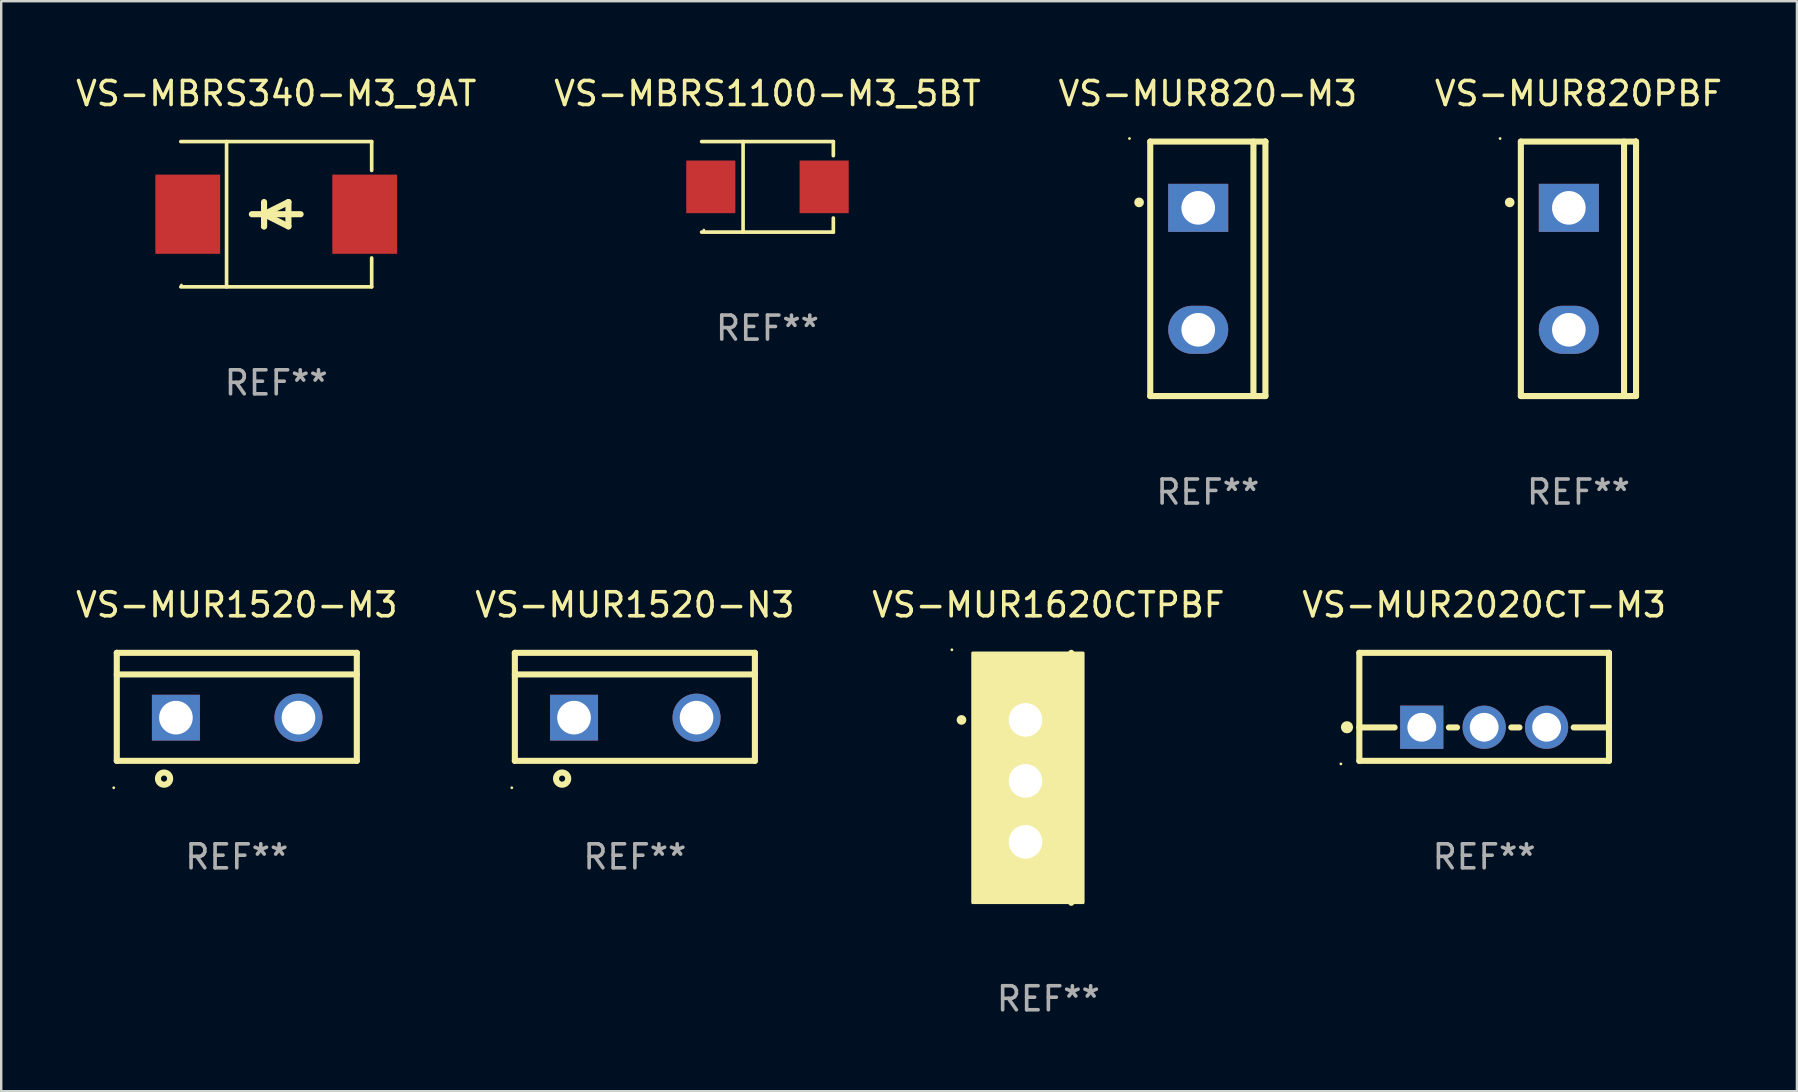
<source format=kicad_pcb>
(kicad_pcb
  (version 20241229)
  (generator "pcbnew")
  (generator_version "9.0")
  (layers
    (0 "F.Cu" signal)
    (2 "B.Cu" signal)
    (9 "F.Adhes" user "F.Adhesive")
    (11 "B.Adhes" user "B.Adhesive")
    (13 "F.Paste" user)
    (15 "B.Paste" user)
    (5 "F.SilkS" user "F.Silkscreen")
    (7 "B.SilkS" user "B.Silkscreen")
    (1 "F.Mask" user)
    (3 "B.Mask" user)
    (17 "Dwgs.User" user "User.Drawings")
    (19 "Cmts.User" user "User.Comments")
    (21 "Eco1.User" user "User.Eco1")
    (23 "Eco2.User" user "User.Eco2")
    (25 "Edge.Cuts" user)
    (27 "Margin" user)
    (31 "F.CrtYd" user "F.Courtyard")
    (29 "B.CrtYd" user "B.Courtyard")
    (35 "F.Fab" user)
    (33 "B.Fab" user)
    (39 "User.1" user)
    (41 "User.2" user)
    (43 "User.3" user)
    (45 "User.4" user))
  (footprint "VS-MUR1620CTPBF"
    (layer "F.Cu")
    (at 40.625 29.354)
    (property "Reference" "VS-MUR1620CTPBF" (at 0 -7.207 0) (layer "F.SilkS") (effects (font (size 1 1) (thickness 0.15))))
    (attr through_hole)
    (fp_line (start 0.953 5.207) (end 0.953 -5.207) (stroke (width 0.254) (type solid)) (layer "F.SilkS"))
    (fp_arc (start -3.619507 -2.410465) (mid -3.619511 -2.411735) (end -3.619507 -2.413005) (stroke (width 0.4) (type solid)) (layer "F.SilkS"))
    (fp_circle (center -4.02 -5.334) (end -3.99 -5.334) (stroke (width 0.06) (type solid)) (fill no) (layer "F.SilkS"))
    (fp_poly (pts (xy -3.152 -5.2) (xy 1.448 -5.2) (xy 1.448 5.2) (xy -3.152 5.2)) (stroke (width 0.12) (type solid)) (fill yes) (layer "F.SilkS"))
    (fp_text user "REF**" (at 0 9.207 0) (layer "F.Fab") (effects (font (size 1 1) (thickness 0.15))))
    (pad "1" thru_hole rect (at -0.953 -2.413 270) (size 2 2.5) (drill 1.4) (layers "*.Cu" "*.Mask"))
    (pad "2" thru_hole oval (at -0.953 0.127 270) (size 2 2.5) (drill 1.4) (layers "*.Cu" "*.Mask"))
    (pad "3" thru_hole oval (at -0.953 2.667 270) (size 2 2.5) (drill 1.4) (layers "*.Cu" "*.Mask")))
  (footprint "VS-MUR820PBF"
    (layer "F.Cu")
    (at 62.708 8.149)
    (property "Reference" "VS-MUR820PBF" (at 0 -7.301 0) (layer "F.SilkS") (effects (font (size 1 1) (thickness 0.15))))
    (attr through_hole)
    (fp_line (start -2.399 -5.301) (end 2.394 -5.301) (stroke (width 0.254) (type solid)) (layer "F.SilkS"))
    (fp_line (start -2.399 5.301) (end -2.399 -5.301) (stroke (width 0.254) (type solid)) (layer "F.SilkS"))
    (fp_line (start 1.9 5.3) (end 1.9 -5.3) (stroke (width 0.254) (type solid)) (layer "F.SilkS"))
    (fp_line (start 2.394 -5.301) (end 2.399 -5.301) (stroke (width 0.254) (type solid)) (layer "F.SilkS"))
    (fp_line (start 2.399 -5.301) (end 2.399 5.301) (stroke (width 0.254) (type solid)) (layer "F.SilkS"))
    (fp_line (start 2.399 5.301) (end -2.399 5.301) (stroke (width 0.254) (type solid)) (layer "F.SilkS"))
    (fp_arc (start -2.863843 -2.766066) (mid -2.863847 -2.767336) (end -2.863843 -2.768606) (stroke (width 0.4) (type solid)) (layer "F.SilkS"))
    (fp_circle (center -3.264 -5.428) (end -3.234 -5.428) (stroke (width 0.06) (type solid)) (fill no) (layer "F.SilkS"))
    (fp_text user "REF**" (at 0 9.301 0) (layer "F.Fab") (effects (font (size 1 1) (thickness 0.15))))
    (pad "1" thru_hole rect (at -0.4 -2.54 270) (size 2 2.5) (drill 1.4) (layers "*.Cu" "*.Mask"))
    (pad "2" thru_hole oval (at -0.4 2.54 270) (size 2 2.5) (drill 1.4) (layers "*.Cu" "*.Mask")))
  (footprint "VS-MUR2020CT-M3"
    (layer "F.Cu")
    (at 58.78 26.397)
    (property "Reference" "VS-MUR2020CT-M3" (at 0 -4.25 0) (layer "F.SilkS") (effects (font (size 1 1) (thickness 0.15))))
    (attr through_hole)
    (fp_line (start -5.2 -2.25) (end -5.2 2.25) (stroke (width 0.254) (type solid)) (layer "F.SilkS"))
    (fp_line (start -5.2 -2.25) (end 5.2 -2.25) (stroke (width 0.254) (type solid)) (layer "F.SilkS"))
    (fp_line (start -5.2 0.857) (end -3.731 0.857) (stroke (width 0.254) (type solid)) (layer "F.SilkS"))
    (fp_line (start -5.2 2.25) (end 5.2 2.25) (stroke (width 0.254) (type solid)) (layer "F.SilkS"))
    (fp_line (start -1.469 0.857) (end -1.131 0.857) (stroke (width 0.254) (type solid)) (layer "F.SilkS"))
    (fp_line (start 1.131 0.857) (end 1.469 0.857) (stroke (width 0.254) (type solid)) (layer "F.SilkS"))
    (fp_line (start 3.731 0.857) (end 5.2 0.857) (stroke (width 0.254) (type solid)) (layer "F.SilkS"))
    (fp_line (start 5.2 -2.25) (end 5.2 2.25) (stroke (width 0.254) (type solid)) (layer "F.SilkS"))
    (fp_circle (center -5.969 2.377) (end -5.939 2.377) (stroke (width 0.06) (type solid)) (fill no) (layer "F.SilkS"))
    (fp_circle (center -5.715 0.85) (end -5.588 0.85) (stroke (width 0.254) (type solid)) (fill no) (layer "F.SilkS"))
    (fp_text user "REF**" (at 0 6.25 0) (layer "F.Fab") (effects (font (size 1 1) (thickness 0.15))))
    (pad "1" thru_hole rect (at -2.6 0.85) (size 1.8 1.8) (drill 1.2) (layers "*.Cu" "*.Mask"))
    (pad "2" thru_hole circle (at 0 0.85) (size 1.8 1.8) (drill 1.2) (layers "*.Cu" "*.Mask"))
    (pad "3" thru_hole circle (at 2.6 0.85) (size 1.8 1.8) (drill 1.2) (layers "*.Cu" "*.Mask")))
  (footprint "VS-MBRS1100-M3_5BT"
    (layer "F.Cu")
    (at 28.923 4.734)
    (property "Reference" "VS-MBRS1100-M3_5BT" (at 0 -3.886 0) (layer "F.SilkS") (effects (font (size 1 1) (thickness 0.15))))
    (attr through_hole)
    (fp_line (start -2.744 -1.886) (end 2.744 -1.886) (stroke (width 0.152) (type solid)) (layer "F.SilkS"))
    (fp_line (start -2.744 1.886) (end 2.744 1.886) (stroke (width 0.152) (type solid)) (layer "F.SilkS"))
    (fp_line (start -1.016 -1.886) (end -1.016 1.886) (stroke (width 0.152) (type solid)) (layer "F.SilkS"))
    (fp_line (start 2.744 -1.886) (end 2.744 -1.299) (stroke (width 0.152) (type solid)) (layer "F.SilkS"))
    (fp_line (start 2.744 1.886) (end 2.744 1.299) (stroke (width 0.152) (type solid)) (layer "F.SilkS"))
    (fp_circle (center -2.65 1.8) (end -2.62 1.8) (stroke (width 0.06) (type solid)) (fill no) (layer "F.SilkS"))
    (fp_text user "REF**" (at 0 5.886 0) (layer "F.Fab") (effects (font (size 1 1) (thickness 0.15))))
    (pad "1" smd rect (at -2.361 0) (size 2.047 2.192) (layers "F.Cu" "F.Mask" "F.Paste"))
    (pad "2" smd rect (at 2.361 0) (size 2.047 2.192) (layers "F.Cu" "F.Mask" "F.Paste")))
  (footprint "VS-MBRS340-M3_9AT"
    (layer "F.Cu")
    (at 8.458 5.874)
    (property "Reference" "VS-MBRS340-M3_9AT" (at 0 -5.026 0) (layer "F.SilkS") (effects (font (size 1 1) (thickness 0.15))))
    (attr through_hole)
    (fp_line (start -3.976 -3.026) (end 3.976 -3.026) (stroke (width 0.152) (type solid)) (layer "F.SilkS"))
    (fp_line (start -3.976 3.026) (end 3.976 3.026) (stroke (width 0.152) (type solid)) (layer "F.SilkS"))
    (fp_line (start -2.069 -3.026) (end -2.069 3.026) (stroke (width 0.152) (type solid)) (layer "F.SilkS"))
    (fp_line (start -0.508 0) (end -0.508 0.508) (stroke (width 0.254) (type solid)) (layer "F.SilkS"))
    (fp_line (start -0.508 0) (end 0.508 0.508) (stroke (width 0.254) (type solid)) (layer "F.SilkS"))
    (fp_line (start -0.508 0.508) (end -0.508 -0.508) (stroke (width 0.254) (type solid)) (layer "F.SilkS"))
    (fp_line (start 0.508 -0.508) (end -0.508 0) (stroke (width 0.254) (type solid)) (layer "F.SilkS"))
    (fp_line (start 0.508 0.508) (end 0.508 -0.508) (stroke (width 0.254) (type solid)) (layer "F.SilkS"))
    (fp_line (start 1.016 0) (end -1.016 0) (stroke (width 0.254) (type solid)) (layer "F.SilkS"))
    (fp_line (start 3.976 -3.026) (end 3.976 -1.823) (stroke (width 0.152) (type solid)) (layer "F.SilkS"))
    (fp_line (start 3.976 3.026) (end 3.976 1.823) (stroke (width 0.152) (type solid)) (layer "F.SilkS"))
    (fp_circle (center -3.95 2.95) (end -3.92 2.95) (stroke (width 0.06) (type solid)) (fill no) (layer "F.SilkS"))
    (fp_text user "REF**" (at 0 7.026 0) (layer "F.Fab") (effects (font (size 1 1) (thickness 0.15))))
    (pad "1" smd rect (at -3.686 0) (size 2.7 3.3) (layers "F.Cu" "F.Mask" "F.Paste"))
    (pad "2" smd rect (at 3.686 0) (size 2.7 3.3) (layers "F.Cu" "F.Mask" "F.Paste")))
  (footprint "VS-MUR820-M3"
    (layer "F.Cu")
    (at 47.268 8.149)
    (property "Reference" "VS-MUR820-M3" (at 0 -7.301 0) (layer "F.SilkS") (effects (font (size 1 1) (thickness 0.15))))
    (attr through_hole)
    (fp_line (start -2.399 -5.301) (end 2.394 -5.301) (stroke (width 0.254) (type solid)) (layer "F.SilkS"))
    (fp_line (start -2.399 5.301) (end -2.399 -5.301) (stroke (width 0.254) (type solid)) (layer "F.SilkS"))
    (fp_line (start 1.9 5.3) (end 1.9 -5.3) (stroke (width 0.254) (type solid)) (layer "F.SilkS"))
    (fp_line (start 2.394 -5.301) (end 2.399 -5.301) (stroke (width 0.254) (type solid)) (layer "F.SilkS"))
    (fp_line (start 2.399 -5.301) (end 2.399 5.301) (stroke (width 0.254) (type solid)) (layer "F.SilkS"))
    (fp_line (start 2.399 5.301) (end -2.399 5.301) (stroke (width 0.254) (type solid)) (layer "F.SilkS"))
    (fp_arc (start -2.863843 -2.766066) (mid -2.863847 -2.767336) (end -2.863843 -2.768606) (stroke (width 0.4) (type solid)) (layer "F.SilkS"))
    (fp_circle (center -3.264 -5.428) (end -3.234 -5.428) (stroke (width 0.06) (type solid)) (fill no) (layer "F.SilkS"))
    (fp_text user "REF**" (at 0 9.301 0) (layer "F.Fab") (effects (font (size 1 1) (thickness 0.15))))
    (pad "1" thru_hole rect (at -0.4 -2.54 270) (size 2 2.5) (drill 1.4) (layers "*.Cu" "*.Mask"))
    (pad "2" thru_hole oval (at -0.4 2.54 270) (size 2 2.5) (drill 1.4) (layers "*.Cu" "*.Mask")))
  (footprint "VS-MUR1520-N3"
    (layer "F.Cu")
    (at 23.399 26.397)
    (property "Reference" "VS-MUR1520-N3" (at 0 -4.25 0) (layer "F.SilkS") (effects (font (size 1 1) (thickness 0.15))))
    (attr through_hole)
    (fp_line (start -5 -2.25) (end 5 -2.25) (stroke (width 0.254) (type solid)) (layer "F.SilkS"))
    (fp_line (start -5 -1.351) (end 5 -1.351) (stroke (width 0.254) (type solid)) (layer "F.SilkS"))
    (fp_line (start -5 2.25) (end -5 -2.25) (stroke (width 0.254) (type solid)) (layer "F.SilkS"))
    (fp_line (start -5 2.25) (end 5 2.25) (stroke (width 0.254) (type solid)) (layer "F.SilkS"))
    (fp_line (start 5 2.25) (end 5 -2.25) (stroke (width 0.254) (type solid)) (layer "F.SilkS"))
    (fp_circle (center -5.127 3.371) (end -5.097 3.371) (stroke (width 0.06) (type solid)) (fill no) (layer "F.SilkS"))
    (fp_circle (center -3.031 2.99) (end -2.777 2.99) (stroke (width 0.254) (type solid)) (fill no) (layer "F.SilkS"))
    (fp_text user "REF**" (at 0 6.25 0) (layer "F.Fab") (effects (font (size 1 1) (thickness 0.15))))
    (pad "1" thru_hole rect (at -2.536 0.45 90) (size 1.905 2) (drill 1.4) (layers "*.Cu" "*.Mask"))
    (pad "3" thru_hole circle (at 2.569 0.45) (size 2 2) (drill 1.4) (layers "*.Cu" "*.Mask")))
  (footprint "VS-MUR1520-M3"
    (layer "F.Cu")
    (at 6.815 26.397)
    (property "Reference" "VS-MUR1520-M3" (at 0 -4.25 0) (layer "F.SilkS") (effects (font (size 1 1) (thickness 0.15))))
    (attr through_hole)
    (fp_line (start -5 -2.25) (end 5 -2.25) (stroke (width 0.254) (type solid)) (layer "F.SilkS"))
    (fp_line (start -5 -1.351) (end 5 -1.351) (stroke (width 0.254) (type solid)) (layer "F.SilkS"))
    (fp_line (start -5 2.25) (end -5 -2.25) (stroke (width 0.254) (type solid)) (layer "F.SilkS"))
    (fp_line (start -5 2.25) (end 5 2.25) (stroke (width 0.254) (type solid)) (layer "F.SilkS"))
    (fp_line (start 5 2.25) (end 5 -2.25) (stroke (width 0.254) (type solid)) (layer "F.SilkS"))
    (fp_circle (center -5.127 3.371) (end -5.097 3.371) (stroke (width 0.06) (type solid)) (fill no) (layer "F.SilkS"))
    (fp_circle (center -3.031 2.99) (end -2.777 2.99) (stroke (width 0.254) (type solid)) (fill no) (layer "F.SilkS"))
    (fp_text user "REF**" (at 0 6.25 0) (layer "F.Fab") (effects (font (size 1 1) (thickness 0.15))))
    (pad "1" thru_hole rect (at -2.536 0.45 90) (size 1.905 2) (drill 1.4) (layers "*.Cu" "*.Mask"))
    (pad "3" thru_hole circle (at 2.569 0.45) (size 2 2) (drill 1.4) (layers "*.Cu" "*.Mask")))
  (gr_rect
    (start -3 -3)
    (end 71.81 42.409)
    (stroke (width 0.1) (type default))
    (fill no)
    (layer "Edge.Cuts")))
</source>
